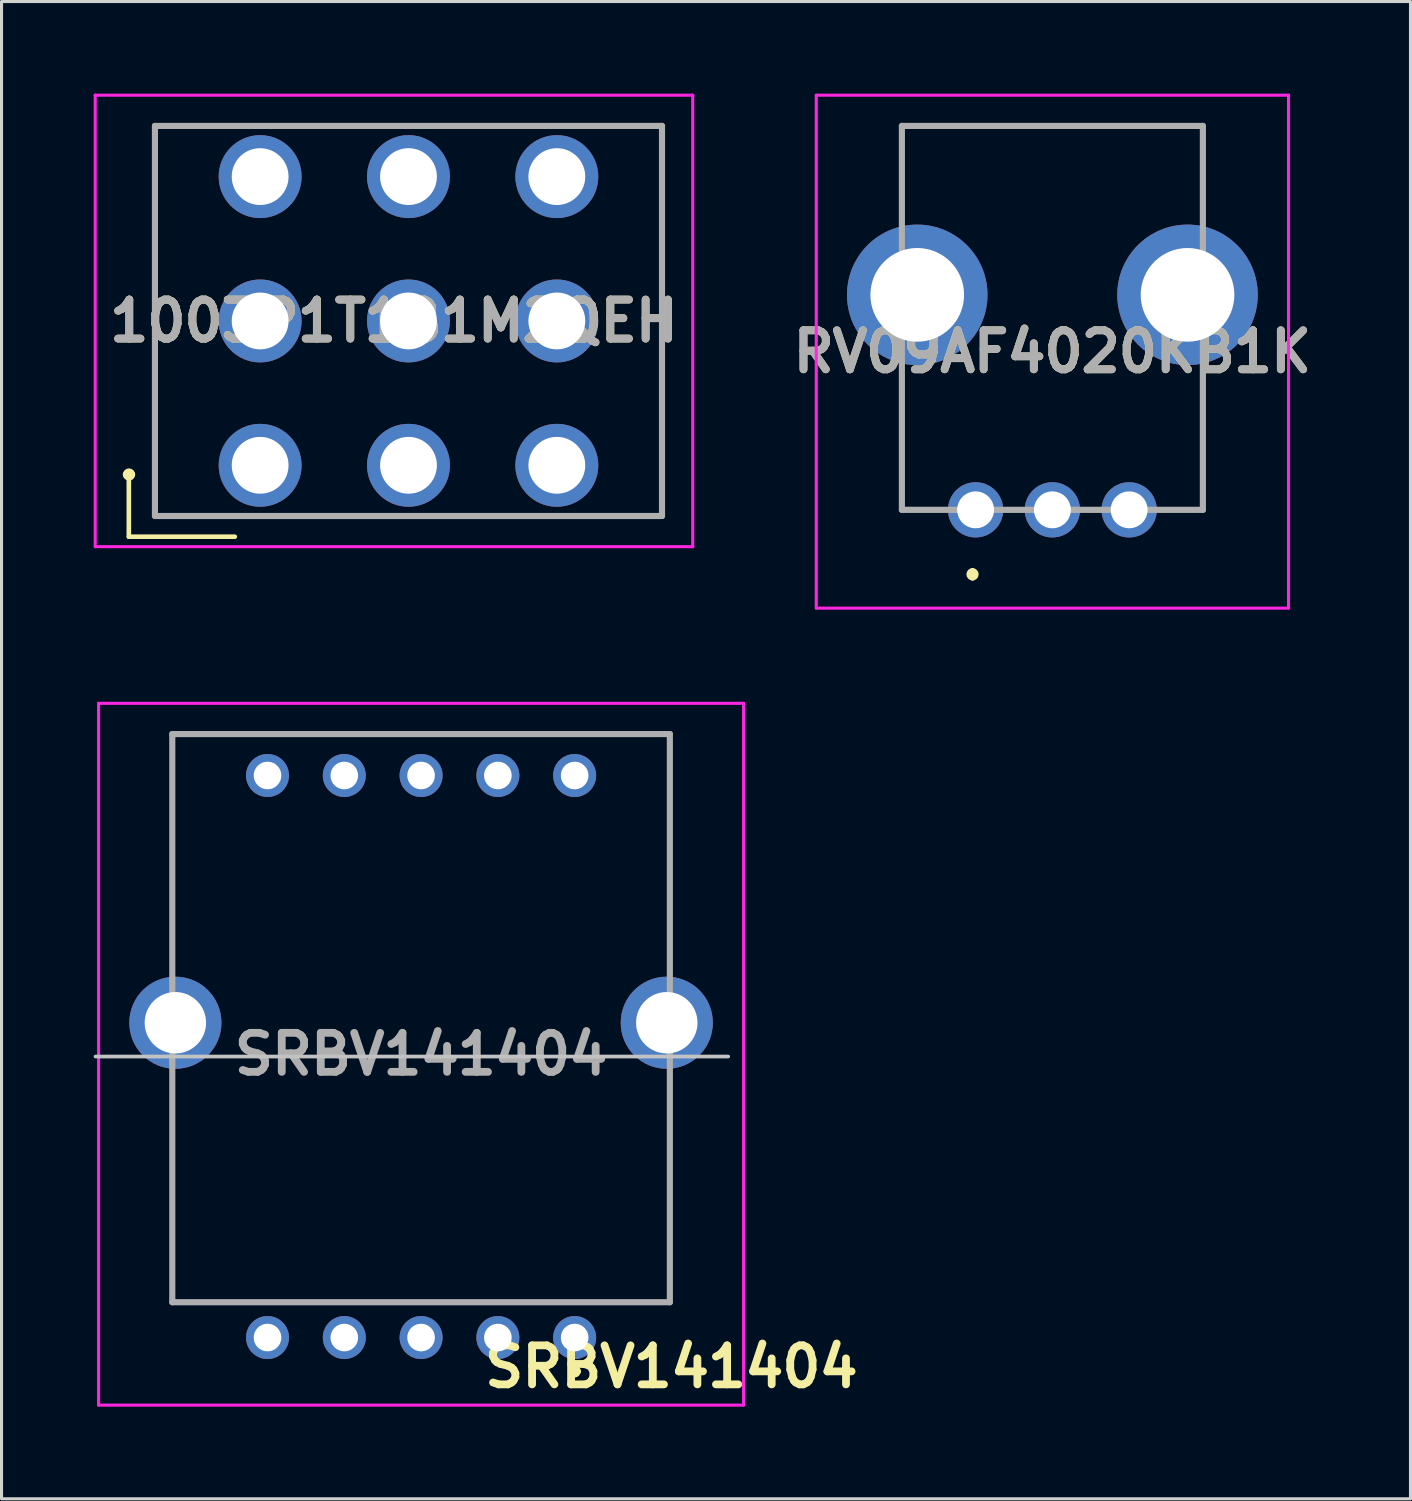
<source format=kicad_pcb>
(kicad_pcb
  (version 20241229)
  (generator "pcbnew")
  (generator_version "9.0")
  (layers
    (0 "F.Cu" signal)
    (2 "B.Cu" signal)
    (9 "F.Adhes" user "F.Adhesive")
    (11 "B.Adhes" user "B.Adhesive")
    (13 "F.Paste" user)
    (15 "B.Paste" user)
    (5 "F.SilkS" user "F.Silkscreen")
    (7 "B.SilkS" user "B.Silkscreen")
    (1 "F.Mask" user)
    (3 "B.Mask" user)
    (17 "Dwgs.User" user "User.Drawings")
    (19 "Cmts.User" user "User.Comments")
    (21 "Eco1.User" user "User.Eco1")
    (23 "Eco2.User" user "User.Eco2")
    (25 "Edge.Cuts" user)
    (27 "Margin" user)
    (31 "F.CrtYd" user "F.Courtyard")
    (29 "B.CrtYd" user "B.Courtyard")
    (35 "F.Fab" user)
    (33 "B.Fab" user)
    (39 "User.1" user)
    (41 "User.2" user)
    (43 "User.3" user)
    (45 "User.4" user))
  (footprint "SRBV141404"
    (layer "F.Cu")
    (at 15.66 40.5)
    (property "Reference" "SRBV141404" (at 3.15 0.95 0) (layer "F.SilkS") (effects (font (size 1.27 1.27) (thickness 0.254))))
    (attr through_hole)
    (fp_line (start -13.1 -19.65) (end 3 -19.65) (stroke (width 0.1) (type solid)) (layer "F.SilkS"))
    (fp_line (start -13.1 -12.15) (end -13.1 -19.65) (stroke (width 0.1) (type solid)) (layer "F.SilkS"))
    (fp_line (start -13.1 -8.15) (end -13.1 -1.15) (stroke (width 0.1) (type solid)) (layer "F.SilkS"))
    (fp_line (start -13.1 -1.15) (end 3.1 -1.15) (stroke (width 0.1) (type solid)) (layer "F.SilkS"))
    (fp_line (start -0.1 1.1) (end -0.1 1.1) (stroke (width 0.2) (type solid)) (layer "F.SilkS"))
    (fp_line (start 0.1 1.1) (end 0.1 1.1) (stroke (width 0.2) (type solid)) (layer "F.SilkS"))
    (fp_line (start 3 -19.65) (end 3 -19.65) (stroke (width 0.1) (type solid)) (layer "F.SilkS"))
    (fp_line (start 3 -19.65) (end 3.1 -19.65) (stroke (width 0.1) (type solid)) (layer "F.SilkS"))
    (fp_line (start 3.1 -19.65) (end 3.1 -12.15) (stroke (width 0.1) (type solid)) (layer "F.SilkS"))
    (fp_line (start 3.1 -1.15) (end 3.1 -8.15) (stroke (width 0.1) (type solid)) (layer "F.SilkS"))
    (fp_arc (start -0.1 1.1) (mid 0 1) (end 0.1 1.1) (stroke (width 0.2) (type solid)) (layer "F.SilkS"))
    (fp_arc (start 0.1 1.1) (mid 0 1.2) (end -0.1 1.1) (stroke (width 0.2) (type solid)) (layer "F.SilkS"))
    (fp_line (start 5 -9.15) (end -15.6 -9.15) (stroke (width 0.12) (type solid)) (layer "Dwgs.User"))
    (fp_line (start -15.5 -20.65) (end 5.5 -20.65) (stroke (width 0.1) (type solid)) (layer "F.CrtYd"))
    (fp_line (start -15.5 2.2) (end -15.5 -20.65) (stroke (width 0.1) (type solid)) (layer "F.CrtYd"))
    (fp_line (start 5.5 -20.65) (end 5.5 2.2) (stroke (width 0.1) (type solid)) (layer "F.CrtYd"))
    (fp_line (start 5.5 2.2) (end -15.5 2.2) (stroke (width 0.1) (type solid)) (layer "F.CrtYd"))
    (fp_line (start -13.1 -19.65) (end 3.1 -19.65) (stroke (width 0.2) (type solid)) (layer "F.Fab"))
    (fp_line (start -13.1 -1.15) (end -13.1 -19.65) (stroke (width 0.2) (type solid)) (layer "F.Fab"))
    (fp_line (start 3.1 -19.65) (end 3.1 -1.15) (stroke (width 0.2) (type solid)) (layer "F.Fab"))
    (fp_line (start 3.1 -1.15) (end -13.1 -1.15) (stroke (width 0.2) (type solid)) (layer "F.Fab"))
    (fp_text user "${REFERENCE}" (at -5 -9.225 0) (layer "F.Fab") (effects (font (size 1.27 1.27) (thickness 0.254))))
    (pad "1" thru_hole circle (at 0 0) (size 1.4 1.4) (drill 0.9) (layers "*.Cu" "*.Mask"))
    (pad "2" thru_hole circle (at -2.5 0) (size 1.4 1.4) (drill 0.9) (layers "*.Cu" "*.Mask"))
    (pad "3" thru_hole circle (at -5 0) (size 1.4 1.4) (drill 0.9) (layers "*.Cu" "*.Mask"))
    (pad "4" thru_hole circle (at -7.5 0) (size 1.4 1.4) (drill 0.9) (layers "*.Cu" "*.Mask"))
    (pad "5" thru_hole circle (at -10 0) (size 1.4 1.4) (drill 0.9) (layers "*.Cu" "*.Mask"))
    (pad "6" thru_hole circle (at -10 -18.3) (size 1.4 1.4) (drill 0.9) (layers "*.Cu" "*.Mask"))
    (pad "7" thru_hole circle (at -7.5 -18.3) (size 1.4 1.4) (drill 0.9) (layers "*.Cu" "*.Mask"))
    (pad "8" thru_hole circle (at -5 -18.3) (size 1.4 1.4) (drill 0.9) (layers "*.Cu" "*.Mask"))
    (pad "9" thru_hole circle (at -2.5 -18.3) (size 1.4 1.4) (drill 0.9) (layers "*.Cu" "*.Mask"))
    (pad "10" thru_hole circle (at 0 -18.3) (size 1.4 1.4) (drill 0.9) (layers "*.Cu" "*.Mask"))
    (pad "MH1" thru_hole circle (at -13 -10.25) (size 3 3) (drill 2) (layers "*.Cu" "*.Mask"))
    (pad "MH2" thru_hole circle (at 3 -10.25) (size 3 3) (drill 2) (layers "*.Cu" "*.Mask")))
  (footprint "RV09AF4020KB1K"
    (layer "F.Cu")
    (at 28.715 13.55)
    (property "Reference" "RV09AF4020KB1K" (at 2.5 -5.15 0) (layer "F.SilkS") (effects (font (size 1.27 1.27) (thickness 0.254))))
    (attr through_hole)
    (fp_line (start -2.4 -12.5) (end 7.4 -12.5) (stroke (width 0.1) (type solid)) (layer "F.SilkS"))
    (fp_line (start -2.4 -10) (end -2.4 -12.5) (stroke (width 0.1) (type solid)) (layer "F.SilkS"))
    (fp_line (start -2.4 -4) (end -2.4 0) (stroke (width 0.1) (type solid)) (layer "F.SilkS"))
    (fp_line (start -0.1 2) (end -0.1 2) (stroke (width 0.2) (type solid)) (layer "F.SilkS"))
    (fp_line (start -0.1 2.2) (end -0.1 2.2) (stroke (width 0.2) (type solid)) (layer "F.SilkS"))
    (fp_line (start 7.4 -12.5) (end 7.4 -10) (stroke (width 0.1) (type solid)) (layer "F.SilkS"))
    (fp_line (start 7.4 -4) (end 7.4 0) (stroke (width 0.1) (type solid)) (layer "F.SilkS"))
    (fp_arc (start -0.1 2) (mid 0 2.1) (end -0.1 2.2) (stroke (width 0.2) (type solid)) (layer "F.SilkS"))
    (fp_arc (start -0.1 2.2) (mid -0.2 2.1) (end -0.1 2) (stroke (width 0.2) (type solid)) (layer "F.SilkS"))
    (fp_line (start -5.188 -13.5) (end 10.188 -13.5) (stroke (width 0.1) (type solid)) (layer "F.CrtYd"))
    (fp_line (start -5.188 3.2) (end -5.188 -13.5) (stroke (width 0.1) (type solid)) (layer "F.CrtYd"))
    (fp_line (start 10.188 -13.5) (end 10.188 3.2) (stroke (width 0.1) (type solid)) (layer "F.CrtYd"))
    (fp_line (start 10.188 3.2) (end -5.188 3.2) (stroke (width 0.1) (type solid)) (layer "F.CrtYd"))
    (fp_line (start -2.4 -12.5) (end 7.4 -12.5) (stroke (width 0.2) (type solid)) (layer "F.Fab"))
    (fp_line (start -2.4 0) (end -2.4 -12.5) (stroke (width 0.2) (type solid)) (layer "F.Fab"))
    (fp_line (start 7.4 -12.5) (end 7.4 0) (stroke (width 0.2) (type solid)) (layer "F.Fab"))
    (fp_line (start 7.4 0) (end -2.4 0) (stroke (width 0.2) (type solid)) (layer "F.Fab"))
    (fp_text user "${REFERENCE}" (at 2.5 -5.15 0) (layer "F.Fab") (effects (font (size 1.27 1.27) (thickness 0.254))))
    (pad "1" thru_hole circle (at 0 0) (size 1.8 1.8) (drill 1.2) (layers "*.Cu" "*.Mask"))
    (pad "2" thru_hole circle (at 2.5 0) (size 1.8 1.8) (drill 1.2) (layers "*.Cu" "*.Mask"))
    (pad "3" thru_hole circle (at 5 0) (size 1.8 1.8) (drill 1.2) (layers "*.Cu" "*.Mask"))
    (pad "MH1" thru_hole circle (at -1.9 -7) (size 4.575 4.575) (drill 3.05) (layers "*.Cu" "*.Mask"))
    (pad "MH2" thru_hole circle (at 6.9 -7) (size 4.575 4.575) (drill 3.05) (layers "*.Cu" "*.Mask")))
  (footprint "1003P1T1B1M2QEH"
    (layer "F.Cu")
    (at 5.42 12.1)
    (property "Reference" "1003P1T1B1M2QEH" (at 4.357 -4.7 0) (layer "F.SilkS") (effects (font (size 1.27 1.27) (thickness 0.254))))
    (attr through_hole)
    (fp_line (start -4.37 0.3) (end -4.37 0.3) (stroke (width 0.2) (type solid)) (layer "F.SilkS"))
    (fp_line (start -4.275 0.325) (end -4.275 2.325) (stroke (width 0.15) (type solid)) (layer "F.SilkS"))
    (fp_line (start -4.275 2.325) (end -0.825 2.325) (stroke (width 0.15) (type solid)) (layer "F.SilkS"))
    (fp_line (start -4.17 0.3) (end -4.17 0.3) (stroke (width 0.2) (type solid)) (layer "F.SilkS"))
    (fp_line (start -3.425 -11.05) (end 13.085 -11.05) (stroke (width 0.1) (type solid)) (layer "F.SilkS"))
    (fp_line (start -3.425 1.65) (end -3.425 -11.05) (stroke (width 0.1) (type solid)) (layer "F.SilkS"))
    (fp_line (start 13.085 -11.05) (end 13.085 1.65) (stroke (width 0.1) (type solid)) (layer "F.SilkS"))
    (fp_line (start 13.085 1.65) (end -3.425 1.65) (stroke (width 0.1) (type solid)) (layer "F.SilkS"))
    (fp_arc (start -4.37 0.3) (mid -4.27 0.2) (end -4.17 0.3) (stroke (width 0.2) (type solid)) (layer "F.SilkS"))
    (fp_arc (start -4.17 0.3) (mid -4.27 0.4) (end -4.37 0.3) (stroke (width 0.2) (type solid)) (layer "F.SilkS"))
    (fp_line (start -5.37 -12.05) (end 14.085 -12.05) (stroke (width 0.1) (type solid)) (layer "F.CrtYd"))
    (fp_line (start -5.37 2.65) (end -5.37 -12.05) (stroke (width 0.1) (type solid)) (layer "F.CrtYd"))
    (fp_line (start 14.085 -12.05) (end 14.085 2.65) (stroke (width 0.1) (type solid)) (layer "F.CrtYd"))
    (fp_line (start 14.085 2.65) (end -5.37 2.65) (stroke (width 0.1) (type solid)) (layer "F.CrtYd"))
    (fp_line (start -3.425 -11.05) (end 13.085 -11.05) (stroke (width 0.2) (type solid)) (layer "F.Fab"))
    (fp_line (start -3.425 1.65) (end -3.425 -11.05) (stroke (width 0.2) (type solid)) (layer "F.Fab"))
    (fp_line (start 13.085 -11.05) (end 13.085 1.65) (stroke (width 0.2) (type solid)) (layer "F.Fab"))
    (fp_line (start 13.085 1.65) (end -3.425 1.65) (stroke (width 0.2) (type solid)) (layer "F.Fab"))
    (fp_text user "${REFERENCE}" (at 4.357 -4.7 0) (layer "F.Fab") (effects (font (size 1.27 1.27) (thickness 0.254))))
    (pad "1" thru_hole circle (at 0 0) (size 2.7 2.7) (drill 1.85) (layers "*.Cu" "*.Mask"))
    (pad "2" thru_hole circle (at 0 -4.7) (size 2.7 2.7) (drill 1.85) (layers "*.Cu" "*.Mask"))
    (pad "3" thru_hole circle (at 0 -9.4) (size 2.7 2.7) (drill 1.85) (layers "*.Cu" "*.Mask"))
    (pad "4" thru_hole circle (at 4.83 0) (size 2.7 2.7) (drill 1.85) (layers "*.Cu" "*.Mask"))
    (pad "5" thru_hole circle (at 4.83 -4.7) (size 2.7 2.7) (drill 1.85) (layers "*.Cu" "*.Mask"))
    (pad "6" thru_hole circle (at 4.83 -9.4) (size 2.7 2.7) (drill 1.85) (layers "*.Cu" "*.Mask"))
    (pad "7" thru_hole circle (at 9.66 0) (size 2.7 2.7) (drill 1.85) (layers "*.Cu" "*.Mask"))
    (pad "8" thru_hole circle (at 9.66 -4.7) (size 2.7 2.7) (drill 1.85) (layers "*.Cu" "*.Mask"))
    (pad "9" thru_hole circle (at 9.66 -9.4) (size 2.7 2.7) (drill 1.85) (layers "*.Cu" "*.Mask")))
  (gr_rect
    (start -3 -3)
    (end 42.875 45.75)
    (stroke (width 0.1) (type default))
    (fill no)
    (layer "Edge.Cuts")))
</source>
